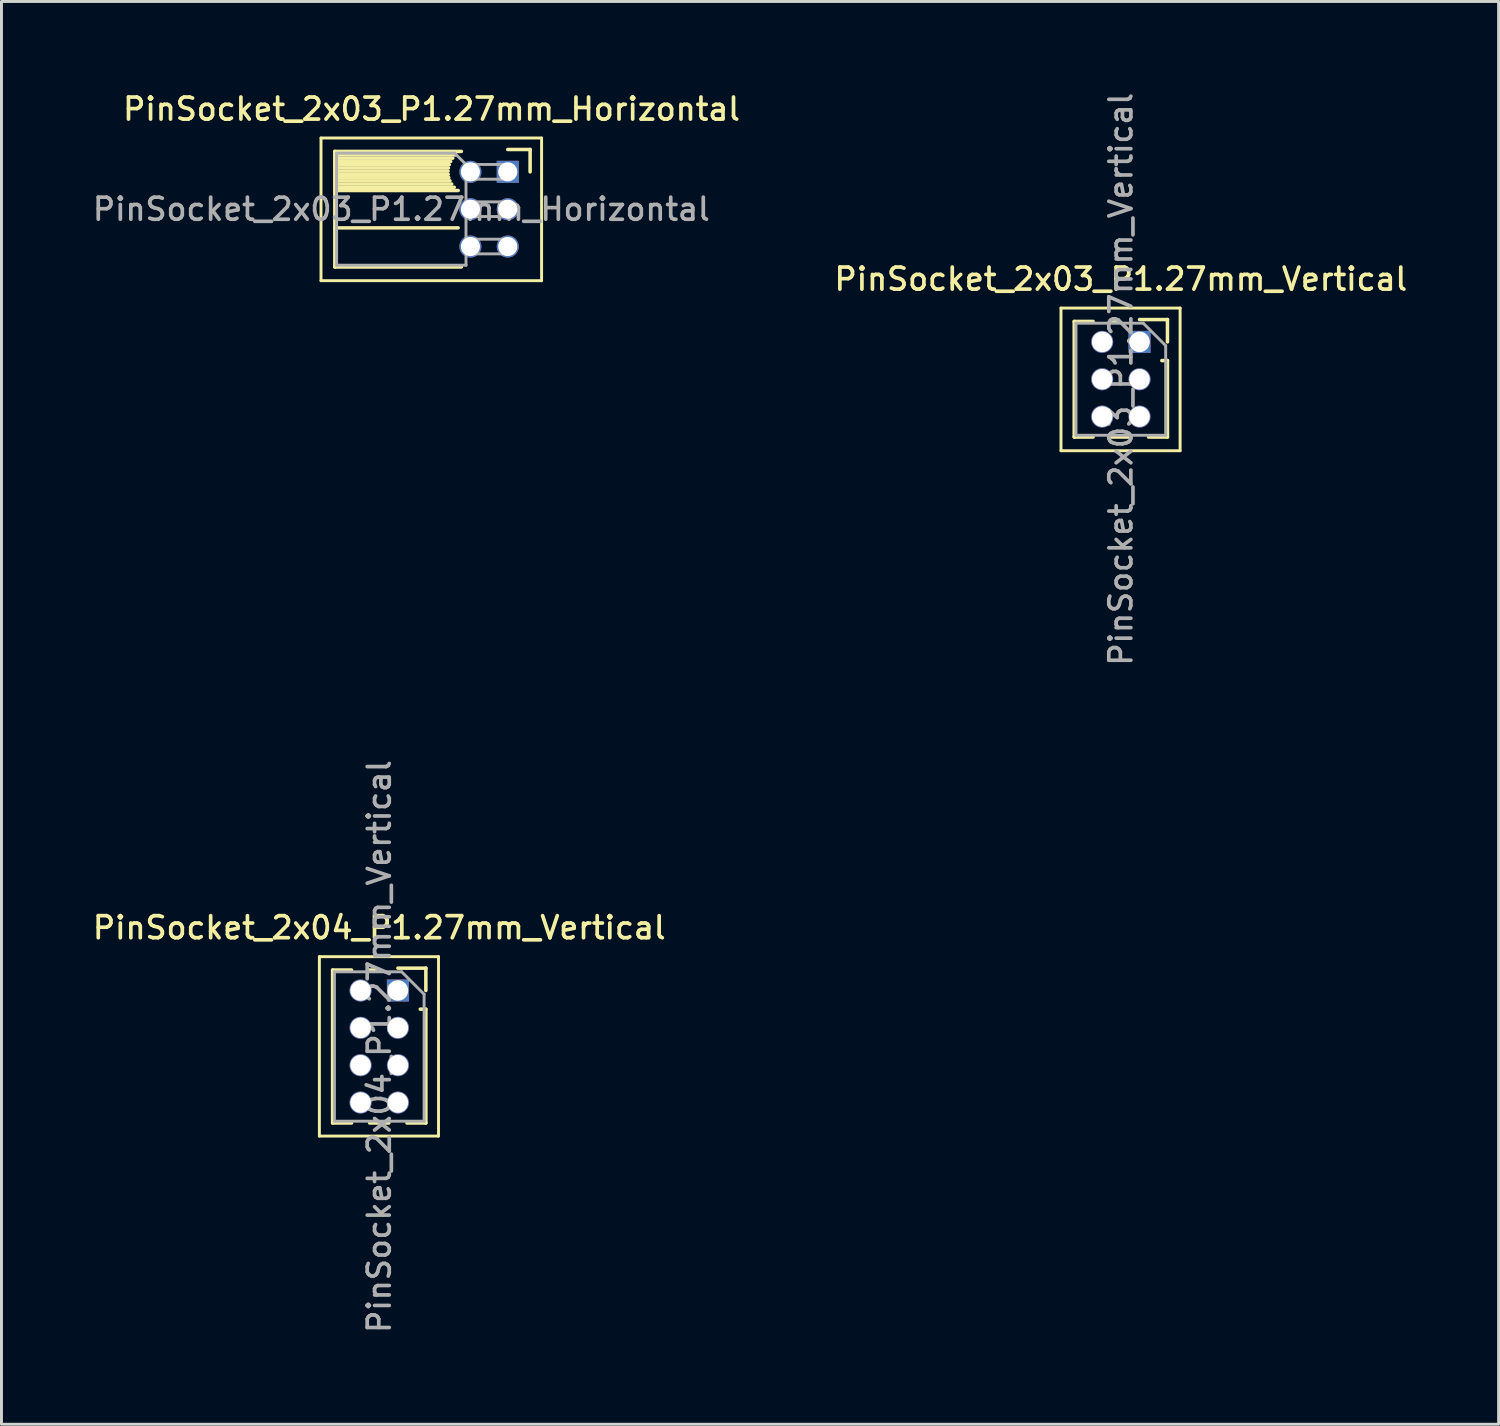
<source format=kicad_pcb>
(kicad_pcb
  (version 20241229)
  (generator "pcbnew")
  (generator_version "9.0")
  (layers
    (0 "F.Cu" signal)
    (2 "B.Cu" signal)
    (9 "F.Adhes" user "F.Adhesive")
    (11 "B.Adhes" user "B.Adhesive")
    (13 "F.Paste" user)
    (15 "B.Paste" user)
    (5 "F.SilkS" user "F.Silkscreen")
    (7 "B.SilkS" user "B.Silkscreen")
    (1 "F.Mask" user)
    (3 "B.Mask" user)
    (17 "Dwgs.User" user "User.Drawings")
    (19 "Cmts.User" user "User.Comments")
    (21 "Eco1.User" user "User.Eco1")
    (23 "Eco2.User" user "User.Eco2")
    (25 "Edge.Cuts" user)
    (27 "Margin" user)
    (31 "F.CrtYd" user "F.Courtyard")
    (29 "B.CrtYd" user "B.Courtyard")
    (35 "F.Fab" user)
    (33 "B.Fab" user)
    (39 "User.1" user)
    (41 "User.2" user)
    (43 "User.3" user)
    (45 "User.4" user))
  (footprint "PinSocket_2x03_P1.27mm_Vertical"
    (layer "F.Cu")
    (at 35.696 8.575)
    (property "Reference" "PinSocket_2x03_P1.27mm_Vertical" (at -0.635 -2.135 0) (layer "F.SilkS") (effects (font (size 0.75 0.75) (thickness 0.125))))
    (attr through_hole)
    (fp_line (start -2.67 -1.15) (end 1.38 -1.15) (stroke (width 0.1) (type solid)) (layer "F.SilkS"))
    (fp_line (start -2.67 3.7) (end -2.67 -1.15) (stroke (width 0.1) (type solid)) (layer "F.SilkS"))
    (fp_line (start -2.22 -0.695) (end -2.22 3.235) (stroke (width 0.12) (type solid)) (layer "F.SilkS"))
    (fp_line (start -2.22 -0.695) (end -1.578 -0.695) (stroke (width 0.12) (type solid)) (layer "F.SilkS"))
    (fp_line (start -2.22 3.235) (end -1.578 3.235) (stroke (width 0.12) (type solid)) (layer "F.SilkS"))
    (fp_line (start -0.962 -0.695) (end -0.76 -0.695) (stroke (width 0.12) (type solid)) (layer "F.SilkS"))
    (fp_line (start -0.962 3.235) (end -0.308 3.235) (stroke (width 0.12) (type solid)) (layer "F.SilkS"))
    (fp_line (start 0 -0.76) (end 0.95 -0.76) (stroke (width 0.12) (type solid)) (layer "F.SilkS"))
    (fp_line (start 0.308 3.235) (end 0.95 3.235) (stroke (width 0.12) (type solid)) (layer "F.SilkS"))
    (fp_line (start 0.76 0.635) (end 0.95 0.635) (stroke (width 0.12) (type solid)) (layer "F.SilkS"))
    (fp_line (start 0.95 -0.76) (end 0.95 0) (stroke (width 0.12) (type solid)) (layer "F.SilkS"))
    (fp_line (start 0.95 0.635) (end 0.95 3.235) (stroke (width 0.12) (type solid)) (layer "F.SilkS"))
    (fp_line (start 1.38 -1.15) (end 1.38 3.7) (stroke (width 0.1) (type solid)) (layer "F.SilkS"))
    (fp_line (start 1.38 3.7) (end -2.67 3.7) (stroke (width 0.1) (type solid)) (layer "F.SilkS"))
    (fp_line (start -2.16 -0.635) (end 0.128 -0.635) (stroke (width 0.1) (type solid)) (layer "F.Fab"))
    (fp_line (start -2.16 3.175) (end -2.16 -0.635) (stroke (width 0.1) (type solid)) (layer "F.Fab"))
    (fp_line (start 0.128 -0.635) (end 0.89 0.128) (stroke (width 0.1) (type solid)) (layer "F.Fab"))
    (fp_line (start 0.89 0.128) (end 0.89 3.175) (stroke (width 0.1) (type solid)) (layer "F.Fab"))
    (fp_line (start 0.89 3.175) (end -2.16 3.175) (stroke (width 0.1) (type solid)) (layer "F.Fab"))
    (fp_text user "${REFERENCE}" (at -0.635 1.27 90) (layer "F.Fab") (effects (font (size 0.75 0.75) (thickness 0.125))))
    (pad "1" thru_hole rect (at 0 0) (size 0.75 0.75) (drill 0.7) (layers "*.Cu" "*.Mask"))
    (pad "2" thru_hole oval (at -1.27 0) (size 0.75 0.75) (drill 0.7) (layers "*.Cu" "*.Mask"))
    (pad "3" thru_hole oval (at 0 1.27) (size 0.75 0.75) (drill 0.7) (layers "*.Cu" "*.Mask"))
    (pad "4" thru_hole oval (at -1.27 1.27) (size 0.75 0.75) (drill 0.7) (layers "*.Cu" "*.Mask"))
    (pad "5" thru_hole oval (at 0 2.54) (size 0.75 0.75) (drill 0.7) (layers "*.Cu" "*.Mask"))
    (pad "6" thru_hole oval (at -1.27 2.54) (size 0.75 0.75) (drill 0.7) (layers "*.Cu" "*.Mask")))
  (footprint "PinSocket_2x03_P1.27mm_Horizontal"
    (layer "F.Cu")
    (at 14.215 2.793)
    (property "Reference" "PinSocket_2x03_P1.27mm_Horizontal" (at -2.592 -2.135 0) (layer "F.SilkS") (effects (font (size 0.75 0.75) (thickness 0.125))))
    (attr through_hole)
    (fp_line (start -6.35 -1.15) (end -6.35 3.7) (stroke (width 0.1) (type solid)) (layer "F.SilkS"))
    (fp_line (start -6.35 3.7) (end 1.15 3.7) (stroke (width 0.1) (type solid)) (layer "F.SilkS"))
    (fp_line (start -5.88 -0.695) (end -5.88 3.235) (stroke (width 0.12) (type solid)) (layer "F.SilkS"))
    (fp_line (start -5.88 -0.695) (end -1.578 -0.695) (stroke (width 0.12) (type solid)) (layer "F.SilkS"))
    (fp_line (start -5.88 -0.575) (end -1.767 -0.575) (stroke (width 0.12) (type solid)) (layer "F.SilkS"))
    (fp_line (start -5.88 -0.465) (end -1.871 -0.465) (stroke (width 0.12) (type solid)) (layer "F.SilkS"))
    (fp_line (start -5.88 -0.355) (end -1.942 -0.355) (stroke (width 0.12) (type solid)) (layer "F.SilkS"))
    (fp_line (start -5.88 -0.245) (end -1.989 -0.245) (stroke (width 0.12) (type solid)) (layer "F.SilkS"))
    (fp_line (start -5.88 -0.135) (end -2.018 -0.135) (stroke (width 0.12) (type solid)) (layer "F.SilkS"))
    (fp_line (start -5.88 -0.025) (end -2.03 -0.025) (stroke (width 0.12) (type solid)) (layer "F.SilkS"))
    (fp_line (start -5.88 0.085) (end -2.025 0.085) (stroke (width 0.12) (type solid)) (layer "F.SilkS"))
    (fp_line (start -5.88 0.195) (end -2.005 0.195) (stroke (width 0.12) (type solid)) (layer "F.SilkS"))
    (fp_line (start -5.88 0.305) (end -1.966 0.305) (stroke (width 0.12) (type solid)) (layer "F.SilkS"))
    (fp_line (start -5.88 0.415) (end -1.907 0.415) (stroke (width 0.12) (type solid)) (layer "F.SilkS"))
    (fp_line (start -5.88 0.525) (end -1.82 0.525) (stroke (width 0.12) (type solid)) (layer "F.SilkS"))
    (fp_line (start -5.88 0.635) (end -1.688 0.635) (stroke (width 0.12) (type solid)) (layer "F.SilkS"))
    (fp_line (start -5.88 1.905) (end -1.688 1.905) (stroke (width 0.12) (type solid)) (layer "F.SilkS"))
    (fp_line (start -5.88 3.235) (end -1.578 3.235) (stroke (width 0.12) (type solid)) (layer "F.SilkS"))
    (fp_line (start 0 -0.76) (end 0.76 -0.76) (stroke (width 0.12) (type solid)) (layer "F.SilkS"))
    (fp_line (start 0.76 -0.76) (end 0.76 0) (stroke (width 0.12) (type solid)) (layer "F.SilkS"))
    (fp_line (start 1.15 -1.15) (end -6.35 -1.15) (stroke (width 0.1) (type solid)) (layer "F.SilkS"))
    (fp_line (start 1.15 3.7) (end 1.15 -1.15) (stroke (width 0.1) (type solid)) (layer "F.SilkS"))
    (fp_line (start -5.82 -0.635) (end -1.805 -0.635) (stroke (width 0.1) (type solid)) (layer "F.Fab"))
    (fp_line (start -5.82 3.175) (end -5.82 -0.635) (stroke (width 0.1) (type solid)) (layer "F.Fab"))
    (fp_line (start -1.805 -0.635) (end -1.42 -0.25) (stroke (width 0.1) (type solid)) (layer "F.Fab"))
    (fp_line (start -1.42 -0.25) (end -1.42 3.175) (stroke (width 0.1) (type solid)) (layer "F.Fab"))
    (fp_line (start -1.42 0.25) (end 0 0.25) (stroke (width 0.1) (type solid)) (layer "F.Fab"))
    (fp_line (start -1.42 1.52) (end 0 1.52) (stroke (width 0.1) (type solid)) (layer "F.Fab"))
    (fp_line (start -1.42 2.79) (end 0 2.79) (stroke (width 0.1) (type solid)) (layer "F.Fab"))
    (fp_line (start -1.42 3.175) (end -5.82 3.175) (stroke (width 0.1) (type solid)) (layer "F.Fab"))
    (fp_line (start 0 -0.25) (end -1.42 -0.25) (stroke (width 0.1) (type solid)) (layer "F.Fab"))
    (fp_line (start 0 0.25) (end 0 -0.25) (stroke (width 0.1) (type solid)) (layer "F.Fab"))
    (fp_line (start 0 1.02) (end -1.42 1.02) (stroke (width 0.1) (type solid)) (layer "F.Fab"))
    (fp_line (start 0 1.52) (end 0 1.02) (stroke (width 0.1) (type solid)) (layer "F.Fab"))
    (fp_line (start 0 2.29) (end -1.42 2.29) (stroke (width 0.1) (type solid)) (layer "F.Fab"))
    (fp_line (start 0 2.79) (end 0 2.29) (stroke (width 0.1) (type solid)) (layer "F.Fab"))
    (fp_text user "${REFERENCE}" (at -3.62 1.27 0) (layer "F.Fab") (effects (font (size 0.75 0.75) (thickness 0.125))))
    (pad "1" thru_hole rect (at 0 0) (size 0.75 0.75) (drill 0.65) (layers "*.Cu" "*.Mask"))
    (pad "2" thru_hole oval (at -1.27 0) (size 0.75 0.75) (drill 0.65) (layers "*.Cu" "*.Mask"))
    (pad "3" thru_hole oval (at 0 1.27) (size 0.75 0.75) (drill 0.65) (layers "*.Cu" "*.Mask"))
    (pad "4" thru_hole oval (at -1.27 1.27) (size 0.75 0.75) (drill 0.65) (layers "*.Cu" "*.Mask"))
    (pad "5" thru_hole oval (at 0 2.54) (size 0.75 0.75) (drill 0.65) (layers "*.Cu" "*.Mask"))
    (pad "6" thru_hole oval (at -1.27 2.54) (size 0.75 0.75) (drill 0.65) (layers "*.Cu" "*.Mask")))
  (footprint "PinSocket_2x04_P1.27mm_Vertical"
    (layer "F.Cu")
    (at 10.48 30.629)
    (property "Reference" "PinSocket_2x04_P1.27mm_Vertical" (at -0.635 -2.135 0) (layer "F.SilkS") (effects (font (size 0.75 0.75) (thickness 0.125))))
    (attr through_hole)
    (fp_line (start -2.67 -1.15) (end 1.38 -1.15) (stroke (width 0.1) (type solid)) (layer "F.SilkS"))
    (fp_line (start -2.67 4.95) (end -2.67 -1.15) (stroke (width 0.1) (type solid)) (layer "F.SilkS"))
    (fp_line (start -2.22 -0.695) (end -2.22 4.505) (stroke (width 0.12) (type solid)) (layer "F.SilkS"))
    (fp_line (start -2.22 -0.695) (end -1.578 -0.695) (stroke (width 0.12) (type solid)) (layer "F.SilkS"))
    (fp_line (start -2.22 4.505) (end -1.578 4.505) (stroke (width 0.12) (type solid)) (layer "F.SilkS"))
    (fp_line (start -0.962 -0.695) (end -0.76 -0.695) (stroke (width 0.12) (type solid)) (layer "F.SilkS"))
    (fp_line (start -0.962 4.505) (end -0.308 4.505) (stroke (width 0.12) (type solid)) (layer "F.SilkS"))
    (fp_line (start 0 -0.76) (end 0.95 -0.76) (stroke (width 0.12) (type solid)) (layer "F.SilkS"))
    (fp_line (start 0.308 4.505) (end 0.95 4.505) (stroke (width 0.12) (type solid)) (layer "F.SilkS"))
    (fp_line (start 0.76 0.635) (end 0.95 0.635) (stroke (width 0.12) (type solid)) (layer "F.SilkS"))
    (fp_line (start 0.95 -0.76) (end 0.95 0) (stroke (width 0.12) (type solid)) (layer "F.SilkS"))
    (fp_line (start 0.95 0.635) (end 0.95 4.505) (stroke (width 0.12) (type solid)) (layer "F.SilkS"))
    (fp_line (start 1.38 -1.15) (end 1.38 4.95) (stroke (width 0.1) (type solid)) (layer "F.SilkS"))
    (fp_line (start 1.38 4.95) (end -2.67 4.95) (stroke (width 0.1) (type solid)) (layer "F.SilkS"))
    (fp_line (start -2.16 -0.635) (end 0.128 -0.635) (stroke (width 0.1) (type solid)) (layer "F.Fab"))
    (fp_line (start -2.16 4.445) (end -2.16 -0.635) (stroke (width 0.1) (type solid)) (layer "F.Fab"))
    (fp_line (start 0.128 -0.635) (end 0.89 0.128) (stroke (width 0.1) (type solid)) (layer "F.Fab"))
    (fp_line (start 0.89 0.128) (end 0.89 4.445) (stroke (width 0.1) (type solid)) (layer "F.Fab"))
    (fp_line (start 0.89 4.445) (end -2.16 4.445) (stroke (width 0.1) (type solid)) (layer "F.Fab"))
    (fp_text user "${REFERENCE}" (at -0.635 1.905 90) (layer "F.Fab") (effects (font (size 0.75 0.75) (thickness 0.125))))
    (pad "1" thru_hole rect (at 0 0) (size 0.75 0.75) (drill 0.7) (layers "*.Cu" "*.Mask"))
    (pad "2" thru_hole oval (at -1.27 0) (size 0.75 0.75) (drill 0.7) (layers "*.Cu" "*.Mask"))
    (pad "3" thru_hole oval (at 0 1.27) (size 0.75 0.75) (drill 0.7) (layers "*.Cu" "*.Mask"))
    (pad "4" thru_hole oval (at -1.27 1.27) (size 0.75 0.75) (drill 0.7) (layers "*.Cu" "*.Mask"))
    (pad "5" thru_hole oval (at 0 2.54) (size 0.75 0.75) (drill 0.7) (layers "*.Cu" "*.Mask"))
    (pad "6" thru_hole oval (at -1.27 2.54) (size 0.75 0.75) (drill 0.7) (layers "*.Cu" "*.Mask"))
    (pad "7" thru_hole oval (at 0 3.81) (size 0.75 0.75) (drill 0.7) (layers "*.Cu" "*.Mask"))
    (pad "8" thru_hole oval (at -1.27 3.81) (size 0.75 0.75) (drill 0.7) (layers "*.Cu" "*.Mask")))
  (gr_rect
    (start -3 -3)
    (end 47.906 45.379)
    (stroke (width 0.1) (type default))
    (fill no)
    (layer "Edge.Cuts")))
</source>
